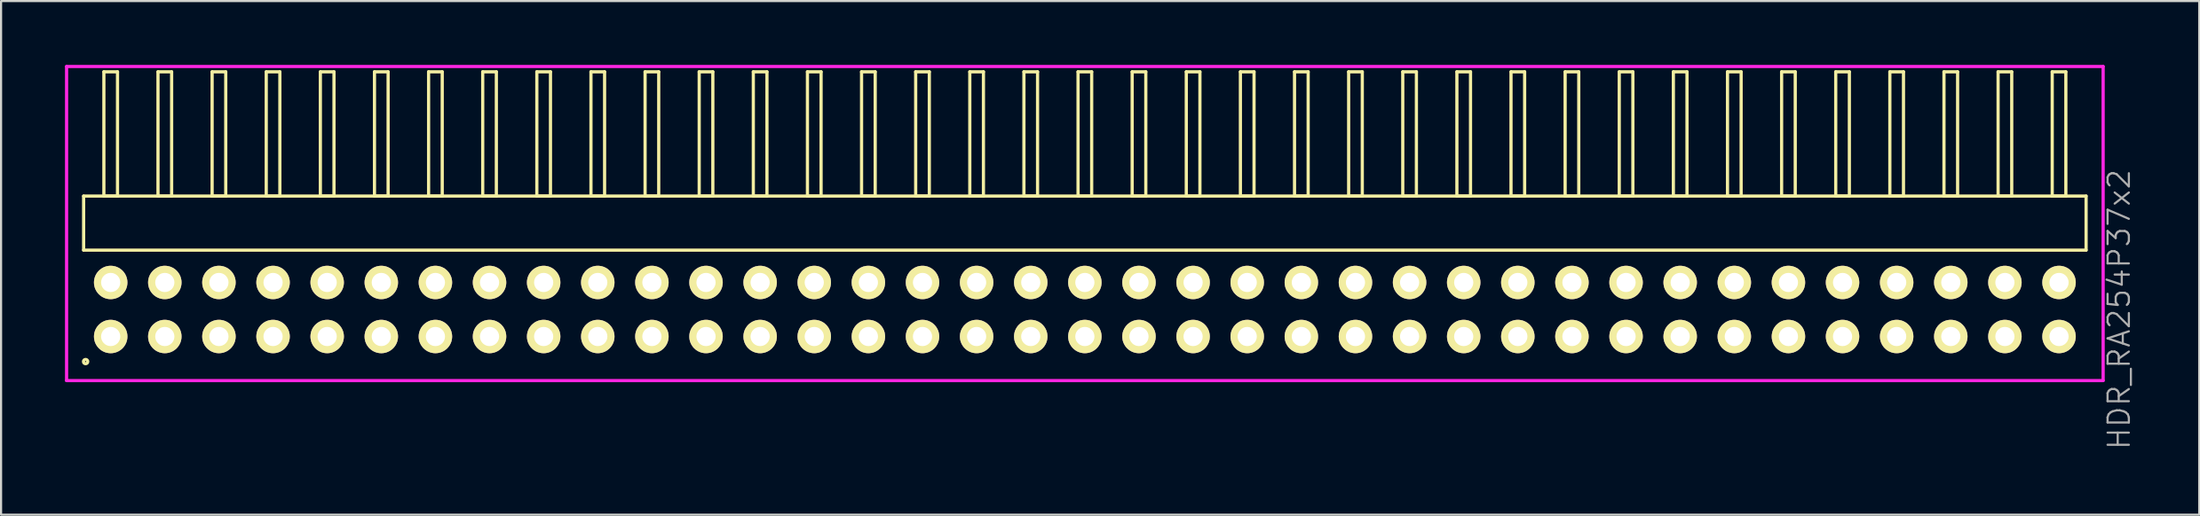
<source format=kicad_pcb>
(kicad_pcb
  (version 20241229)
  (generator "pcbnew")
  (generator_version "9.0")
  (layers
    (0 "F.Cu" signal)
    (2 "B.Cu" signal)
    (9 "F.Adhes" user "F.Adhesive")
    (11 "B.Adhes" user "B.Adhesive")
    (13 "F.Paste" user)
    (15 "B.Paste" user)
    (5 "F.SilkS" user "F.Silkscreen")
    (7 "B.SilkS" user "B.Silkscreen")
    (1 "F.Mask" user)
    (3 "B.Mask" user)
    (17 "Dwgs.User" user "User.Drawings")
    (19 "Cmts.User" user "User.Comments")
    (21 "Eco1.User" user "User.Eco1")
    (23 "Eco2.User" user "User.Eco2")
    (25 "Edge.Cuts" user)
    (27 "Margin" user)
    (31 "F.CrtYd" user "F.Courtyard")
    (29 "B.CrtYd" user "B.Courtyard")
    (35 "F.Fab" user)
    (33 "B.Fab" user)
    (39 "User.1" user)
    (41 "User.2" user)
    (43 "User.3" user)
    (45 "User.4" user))
  (footprint "HDR_RA254P37x2"
    (layer "F.Cu")
    (at 47.865 11.495)
    (property "Reference" "HDR_RA254P37x2" (at 48.54 0 90) (layer "F.Fab") (effects (font (size 1 1) (thickness 0.1))))
    (attr through_hole)
    (fp_line (start -46.99 -5.33) (end -46.99 -2.79) (stroke (width 0.15) (type solid)) (layer "F.SilkS"))
    (fp_line (start -46.99 -2.79) (end 46.99 -2.79) (stroke (width 0.15) (type solid)) (layer "F.SilkS"))
    (fp_line (start -46.04 -11.17) (end -46.04 -5.33) (stroke (width 0.15) (type solid)) (layer "F.SilkS"))
    (fp_line (start -46.04 -5.33) (end -45.4 -5.33) (stroke (width 0.15) (type solid)) (layer "F.SilkS"))
    (fp_line (start -45.4 -11.17) (end -46.04 -11.17) (stroke (width 0.15) (type solid)) (layer "F.SilkS"))
    (fp_line (start -45.4 -5.33) (end -45.4 -11.17) (stroke (width 0.15) (type solid)) (layer "F.SilkS"))
    (fp_line (start -43.5 -11.17) (end -43.5 -5.33) (stroke (width 0.15) (type solid)) (layer "F.SilkS"))
    (fp_line (start -43.5 -5.33) (end -42.86 -5.33) (stroke (width 0.15) (type solid)) (layer "F.SilkS"))
    (fp_line (start -42.86 -11.17) (end -43.5 -11.17) (stroke (width 0.15) (type solid)) (layer "F.SilkS"))
    (fp_line (start -42.86 -5.33) (end -42.86 -11.17) (stroke (width 0.15) (type solid)) (layer "F.SilkS"))
    (fp_line (start -40.96 -11.17) (end -40.96 -5.33) (stroke (width 0.15) (type solid)) (layer "F.SilkS"))
    (fp_line (start -40.96 -5.33) (end -40.32 -5.33) (stroke (width 0.15) (type solid)) (layer "F.SilkS"))
    (fp_line (start -40.32 -11.17) (end -40.96 -11.17) (stroke (width 0.15) (type solid)) (layer "F.SilkS"))
    (fp_line (start -40.32 -5.33) (end -40.32 -11.17) (stroke (width 0.15) (type solid)) (layer "F.SilkS"))
    (fp_line (start -38.42 -11.17) (end -38.42 -5.33) (stroke (width 0.15) (type solid)) (layer "F.SilkS"))
    (fp_line (start -38.42 -5.33) (end -37.78 -5.33) (stroke (width 0.15) (type solid)) (layer "F.SilkS"))
    (fp_line (start -37.78 -11.17) (end -38.42 -11.17) (stroke (width 0.15) (type solid)) (layer "F.SilkS"))
    (fp_line (start -37.78 -5.33) (end -37.78 -11.17) (stroke (width 0.15) (type solid)) (layer "F.SilkS"))
    (fp_line (start -35.88 -11.17) (end -35.88 -5.33) (stroke (width 0.15) (type solid)) (layer "F.SilkS"))
    (fp_line (start -35.88 -5.33) (end -35.24 -5.33) (stroke (width 0.15) (type solid)) (layer "F.SilkS"))
    (fp_line (start -35.24 -11.17) (end -35.88 -11.17) (stroke (width 0.15) (type solid)) (layer "F.SilkS"))
    (fp_line (start -35.24 -5.33) (end -35.24 -11.17) (stroke (width 0.15) (type solid)) (layer "F.SilkS"))
    (fp_line (start -33.34 -11.17) (end -33.34 -5.33) (stroke (width 0.15) (type solid)) (layer "F.SilkS"))
    (fp_line (start -33.34 -5.33) (end -32.7 -5.33) (stroke (width 0.15) (type solid)) (layer "F.SilkS"))
    (fp_line (start -32.7 -11.17) (end -33.34 -11.17) (stroke (width 0.15) (type solid)) (layer "F.SilkS"))
    (fp_line (start -32.7 -5.33) (end -32.7 -11.17) (stroke (width 0.15) (type solid)) (layer "F.SilkS"))
    (fp_line (start -30.8 -11.17) (end -30.8 -5.33) (stroke (width 0.15) (type solid)) (layer "F.SilkS"))
    (fp_line (start -30.8 -5.33) (end -30.16 -5.33) (stroke (width 0.15) (type solid)) (layer "F.SilkS"))
    (fp_line (start -30.16 -11.17) (end -30.8 -11.17) (stroke (width 0.15) (type solid)) (layer "F.SilkS"))
    (fp_line (start -30.16 -5.33) (end -30.16 -11.17) (stroke (width 0.15) (type solid)) (layer "F.SilkS"))
    (fp_line (start -28.26 -11.17) (end -28.26 -5.33) (stroke (width 0.15) (type solid)) (layer "F.SilkS"))
    (fp_line (start -28.26 -5.33) (end -27.62 -5.33) (stroke (width 0.15) (type solid)) (layer "F.SilkS"))
    (fp_line (start -27.62 -11.17) (end -28.26 -11.17) (stroke (width 0.15) (type solid)) (layer "F.SilkS"))
    (fp_line (start -27.62 -5.33) (end -27.62 -11.17) (stroke (width 0.15) (type solid)) (layer "F.SilkS"))
    (fp_line (start -25.72 -11.17) (end -25.72 -5.33) (stroke (width 0.15) (type solid)) (layer "F.SilkS"))
    (fp_line (start -25.72 -5.33) (end -25.08 -5.33) (stroke (width 0.15) (type solid)) (layer "F.SilkS"))
    (fp_line (start -25.08 -11.17) (end -25.72 -11.17) (stroke (width 0.15) (type solid)) (layer "F.SilkS"))
    (fp_line (start -25.08 -5.33) (end -25.08 -11.17) (stroke (width 0.15) (type solid)) (layer "F.SilkS"))
    (fp_line (start -23.18 -11.17) (end -23.18 -5.33) (stroke (width 0.15) (type solid)) (layer "F.SilkS"))
    (fp_line (start -23.18 -5.33) (end -22.54 -5.33) (stroke (width 0.15) (type solid)) (layer "F.SilkS"))
    (fp_line (start -22.54 -11.17) (end -23.18 -11.17) (stroke (width 0.15) (type solid)) (layer "F.SilkS"))
    (fp_line (start -22.54 -5.33) (end -22.54 -11.17) (stroke (width 0.15) (type solid)) (layer "F.SilkS"))
    (fp_line (start -20.64 -11.17) (end -20.64 -5.33) (stroke (width 0.15) (type solid)) (layer "F.SilkS"))
    (fp_line (start -20.64 -5.33) (end -20 -5.33) (stroke (width 0.15) (type solid)) (layer "F.SilkS"))
    (fp_line (start -20 -11.17) (end -20.64 -11.17) (stroke (width 0.15) (type solid)) (layer "F.SilkS"))
    (fp_line (start -20 -5.33) (end -20 -11.17) (stroke (width 0.15) (type solid)) (layer "F.SilkS"))
    (fp_line (start -18.1 -11.17) (end -18.1 -5.33) (stroke (width 0.15) (type solid)) (layer "F.SilkS"))
    (fp_line (start -18.1 -5.33) (end -17.46 -5.33) (stroke (width 0.15) (type solid)) (layer "F.SilkS"))
    (fp_line (start -17.46 -11.17) (end -18.1 -11.17) (stroke (width 0.15) (type solid)) (layer "F.SilkS"))
    (fp_line (start -17.46 -5.33) (end -17.46 -11.17) (stroke (width 0.15) (type solid)) (layer "F.SilkS"))
    (fp_line (start -15.56 -11.17) (end -15.56 -5.33) (stroke (width 0.15) (type solid)) (layer "F.SilkS"))
    (fp_line (start -15.56 -5.33) (end -14.92 -5.33) (stroke (width 0.15) (type solid)) (layer "F.SilkS"))
    (fp_line (start -14.92 -11.17) (end -15.56 -11.17) (stroke (width 0.15) (type solid)) (layer "F.SilkS"))
    (fp_line (start -14.92 -5.33) (end -14.92 -11.17) (stroke (width 0.15) (type solid)) (layer "F.SilkS"))
    (fp_line (start -13.02 -11.17) (end -13.02 -5.33) (stroke (width 0.15) (type solid)) (layer "F.SilkS"))
    (fp_line (start -13.02 -5.33) (end -12.38 -5.33) (stroke (width 0.15) (type solid)) (layer "F.SilkS"))
    (fp_line (start -12.38 -11.17) (end -13.02 -11.17) (stroke (width 0.15) (type solid)) (layer "F.SilkS"))
    (fp_line (start -12.38 -5.33) (end -12.38 -11.17) (stroke (width 0.15) (type solid)) (layer "F.SilkS"))
    (fp_line (start -10.48 -11.17) (end -10.48 -5.33) (stroke (width 0.15) (type solid)) (layer "F.SilkS"))
    (fp_line (start -10.48 -5.33) (end -9.84 -5.33) (stroke (width 0.15) (type solid)) (layer "F.SilkS"))
    (fp_line (start -9.84 -11.17) (end -10.48 -11.17) (stroke (width 0.15) (type solid)) (layer "F.SilkS"))
    (fp_line (start -9.84 -5.33) (end -9.84 -11.17) (stroke (width 0.15) (type solid)) (layer "F.SilkS"))
    (fp_line (start -7.94 -11.17) (end -7.94 -5.33) (stroke (width 0.15) (type solid)) (layer "F.SilkS"))
    (fp_line (start -7.94 -5.33) (end -7.3 -5.33) (stroke (width 0.15) (type solid)) (layer "F.SilkS"))
    (fp_line (start -7.3 -11.17) (end -7.94 -11.17) (stroke (width 0.15) (type solid)) (layer "F.SilkS"))
    (fp_line (start -7.3 -5.33) (end -7.3 -11.17) (stroke (width 0.15) (type solid)) (layer "F.SilkS"))
    (fp_line (start -5.4 -11.17) (end -5.4 -5.33) (stroke (width 0.15) (type solid)) (layer "F.SilkS"))
    (fp_line (start -5.4 -5.33) (end -4.76 -5.33) (stroke (width 0.15) (type solid)) (layer "F.SilkS"))
    (fp_line (start -4.76 -11.17) (end -5.4 -11.17) (stroke (width 0.15) (type solid)) (layer "F.SilkS"))
    (fp_line (start -4.76 -5.33) (end -4.76 -11.17) (stroke (width 0.15) (type solid)) (layer "F.SilkS"))
    (fp_line (start -2.86 -11.17) (end -2.86 -5.33) (stroke (width 0.15) (type solid)) (layer "F.SilkS"))
    (fp_line (start -2.86 -5.33) (end -2.22 -5.33) (stroke (width 0.15) (type solid)) (layer "F.SilkS"))
    (fp_line (start -2.22 -11.17) (end -2.86 -11.17) (stroke (width 0.15) (type solid)) (layer "F.SilkS"))
    (fp_line (start -2.22 -5.33) (end -2.22 -11.17) (stroke (width 0.15) (type solid)) (layer "F.SilkS"))
    (fp_line (start -0.32 -11.17) (end -0.32 -5.33) (stroke (width 0.15) (type solid)) (layer "F.SilkS"))
    (fp_line (start -0.32 -5.33) (end 0.32 -5.33) (stroke (width 0.15) (type solid)) (layer "F.SilkS"))
    (fp_line (start 0.32 -11.17) (end -0.32 -11.17) (stroke (width 0.15) (type solid)) (layer "F.SilkS"))
    (fp_line (start 0.32 -5.33) (end 0.32 -11.17) (stroke (width 0.15) (type solid)) (layer "F.SilkS"))
    (fp_line (start 2.22 -11.17) (end 2.22 -5.33) (stroke (width 0.15) (type solid)) (layer "F.SilkS"))
    (fp_line (start 2.22 -5.33) (end 2.86 -5.33) (stroke (width 0.15) (type solid)) (layer "F.SilkS"))
    (fp_line (start 2.86 -11.17) (end 2.22 -11.17) (stroke (width 0.15) (type solid)) (layer "F.SilkS"))
    (fp_line (start 2.86 -5.33) (end 2.86 -11.17) (stroke (width 0.15) (type solid)) (layer "F.SilkS"))
    (fp_line (start 4.76 -11.17) (end 4.76 -5.33) (stroke (width 0.15) (type solid)) (layer "F.SilkS"))
    (fp_line (start 4.76 -5.33) (end 5.4 -5.33) (stroke (width 0.15) (type solid)) (layer "F.SilkS"))
    (fp_line (start 5.4 -11.17) (end 4.76 -11.17) (stroke (width 0.15) (type solid)) (layer "F.SilkS"))
    (fp_line (start 5.4 -5.33) (end 5.4 -11.17) (stroke (width 0.15) (type solid)) (layer "F.SilkS"))
    (fp_line (start 7.3 -11.17) (end 7.3 -5.33) (stroke (width 0.15) (type solid)) (layer "F.SilkS"))
    (fp_line (start 7.3 -5.33) (end 7.94 -5.33) (stroke (width 0.15) (type solid)) (layer "F.SilkS"))
    (fp_line (start 7.94 -11.17) (end 7.3 -11.17) (stroke (width 0.15) (type solid)) (layer "F.SilkS"))
    (fp_line (start 7.94 -5.33) (end 7.94 -11.17) (stroke (width 0.15) (type solid)) (layer "F.SilkS"))
    (fp_line (start 9.84 -11.17) (end 9.84 -5.33) (stroke (width 0.15) (type solid)) (layer "F.SilkS"))
    (fp_line (start 9.84 -5.33) (end 10.48 -5.33) (stroke (width 0.15) (type solid)) (layer "F.SilkS"))
    (fp_line (start 10.48 -11.17) (end 9.84 -11.17) (stroke (width 0.15) (type solid)) (layer "F.SilkS"))
    (fp_line (start 10.48 -5.33) (end 10.48 -11.17) (stroke (width 0.15) (type solid)) (layer "F.SilkS"))
    (fp_line (start 12.38 -11.17) (end 12.38 -5.33) (stroke (width 0.15) (type solid)) (layer "F.SilkS"))
    (fp_line (start 12.38 -5.33) (end 13.02 -5.33) (stroke (width 0.15) (type solid)) (layer "F.SilkS"))
    (fp_line (start 13.02 -11.17) (end 12.38 -11.17) (stroke (width 0.15) (type solid)) (layer "F.SilkS"))
    (fp_line (start 13.02 -5.33) (end 13.02 -11.17) (stroke (width 0.15) (type solid)) (layer "F.SilkS"))
    (fp_line (start 14.92 -11.17) (end 14.92 -5.33) (stroke (width 0.15) (type solid)) (layer "F.SilkS"))
    (fp_line (start 14.92 -5.33) (end 15.56 -5.33) (stroke (width 0.15) (type solid)) (layer "F.SilkS"))
    (fp_line (start 15.56 -11.17) (end 14.92 -11.17) (stroke (width 0.15) (type solid)) (layer "F.SilkS"))
    (fp_line (start 15.56 -5.33) (end 15.56 -11.17) (stroke (width 0.15) (type solid)) (layer "F.SilkS"))
    (fp_line (start 17.46 -11.17) (end 17.46 -5.33) (stroke (width 0.15) (type solid)) (layer "F.SilkS"))
    (fp_line (start 17.46 -5.33) (end 18.1 -5.33) (stroke (width 0.15) (type solid)) (layer "F.SilkS"))
    (fp_line (start 18.1 -11.17) (end 17.46 -11.17) (stroke (width 0.15) (type solid)) (layer "F.SilkS"))
    (fp_line (start 18.1 -5.33) (end 18.1 -11.17) (stroke (width 0.15) (type solid)) (layer "F.SilkS"))
    (fp_line (start 20 -11.17) (end 20 -5.33) (stroke (width 0.15) (type solid)) (layer "F.SilkS"))
    (fp_line (start 20 -5.33) (end 20.64 -5.33) (stroke (width 0.15) (type solid)) (layer "F.SilkS"))
    (fp_line (start 20.64 -11.17) (end 20 -11.17) (stroke (width 0.15) (type solid)) (layer "F.SilkS"))
    (fp_line (start 20.64 -5.33) (end 20.64 -11.17) (stroke (width 0.15) (type solid)) (layer "F.SilkS"))
    (fp_line (start 22.54 -11.17) (end 22.54 -5.33) (stroke (width 0.15) (type solid)) (layer "F.SilkS"))
    (fp_line (start 22.54 -5.33) (end 23.18 -5.33) (stroke (width 0.15) (type solid)) (layer "F.SilkS"))
    (fp_line (start 23.18 -11.17) (end 22.54 -11.17) (stroke (width 0.15) (type solid)) (layer "F.SilkS"))
    (fp_line (start 23.18 -5.33) (end 23.18 -11.17) (stroke (width 0.15) (type solid)) (layer "F.SilkS"))
    (fp_line (start 25.08 -11.17) (end 25.08 -5.33) (stroke (width 0.15) (type solid)) (layer "F.SilkS"))
    (fp_line (start 25.08 -5.33) (end 25.72 -5.33) (stroke (width 0.15) (type solid)) (layer "F.SilkS"))
    (fp_line (start 25.72 -11.17) (end 25.08 -11.17) (stroke (width 0.15) (type solid)) (layer "F.SilkS"))
    (fp_line (start 25.72 -5.33) (end 25.72 -11.17) (stroke (width 0.15) (type solid)) (layer "F.SilkS"))
    (fp_line (start 27.62 -11.17) (end 27.62 -5.33) (stroke (width 0.15) (type solid)) (layer "F.SilkS"))
    (fp_line (start 27.62 -5.33) (end 28.26 -5.33) (stroke (width 0.15) (type solid)) (layer "F.SilkS"))
    (fp_line (start 28.26 -11.17) (end 27.62 -11.17) (stroke (width 0.15) (type solid)) (layer "F.SilkS"))
    (fp_line (start 28.26 -5.33) (end 28.26 -11.17) (stroke (width 0.15) (type solid)) (layer "F.SilkS"))
    (fp_line (start 30.16 -11.17) (end 30.16 -5.33) (stroke (width 0.15) (type solid)) (layer "F.SilkS"))
    (fp_line (start 30.16 -5.33) (end 30.8 -5.33) (stroke (width 0.15) (type solid)) (layer "F.SilkS"))
    (fp_line (start 30.8 -11.17) (end 30.16 -11.17) (stroke (width 0.15) (type solid)) (layer "F.SilkS"))
    (fp_line (start 30.8 -5.33) (end 30.8 -11.17) (stroke (width 0.15) (type solid)) (layer "F.SilkS"))
    (fp_line (start 32.7 -11.17) (end 32.7 -5.33) (stroke (width 0.15) (type solid)) (layer "F.SilkS"))
    (fp_line (start 32.7 -5.33) (end 33.34 -5.33) (stroke (width 0.15) (type solid)) (layer "F.SilkS"))
    (fp_line (start 33.34 -11.17) (end 32.7 -11.17) (stroke (width 0.15) (type solid)) (layer "F.SilkS"))
    (fp_line (start 33.34 -5.33) (end 33.34 -11.17) (stroke (width 0.15) (type solid)) (layer "F.SilkS"))
    (fp_line (start 35.24 -11.17) (end 35.24 -5.33) (stroke (width 0.15) (type solid)) (layer "F.SilkS"))
    (fp_line (start 35.24 -5.33) (end 35.88 -5.33) (stroke (width 0.15) (type solid)) (layer "F.SilkS"))
    (fp_line (start 35.88 -11.17) (end 35.24 -11.17) (stroke (width 0.15) (type solid)) (layer "F.SilkS"))
    (fp_line (start 35.88 -5.33) (end 35.88 -11.17) (stroke (width 0.15) (type solid)) (layer "F.SilkS"))
    (fp_line (start 37.78 -11.17) (end 37.78 -5.33) (stroke (width 0.15) (type solid)) (layer "F.SilkS"))
    (fp_line (start 37.78 -5.33) (end 38.42 -5.33) (stroke (width 0.15) (type solid)) (layer "F.SilkS"))
    (fp_line (start 38.42 -11.17) (end 37.78 -11.17) (stroke (width 0.15) (type solid)) (layer "F.SilkS"))
    (fp_line (start 38.42 -5.33) (end 38.42 -11.17) (stroke (width 0.15) (type solid)) (layer "F.SilkS"))
    (fp_line (start 40.32 -11.17) (end 40.32 -5.33) (stroke (width 0.15) (type solid)) (layer "F.SilkS"))
    (fp_line (start 40.32 -5.33) (end 40.96 -5.33) (stroke (width 0.15) (type solid)) (layer "F.SilkS"))
    (fp_line (start 40.96 -11.17) (end 40.32 -11.17) (stroke (width 0.15) (type solid)) (layer "F.SilkS"))
    (fp_line (start 40.96 -5.33) (end 40.96 -11.17) (stroke (width 0.15) (type solid)) (layer "F.SilkS"))
    (fp_line (start 42.86 -11.17) (end 42.86 -5.33) (stroke (width 0.15) (type solid)) (layer "F.SilkS"))
    (fp_line (start 42.86 -5.33) (end 43.5 -5.33) (stroke (width 0.15) (type solid)) (layer "F.SilkS"))
    (fp_line (start 43.5 -11.17) (end 42.86 -11.17) (stroke (width 0.15) (type solid)) (layer "F.SilkS"))
    (fp_line (start 43.5 -5.33) (end 43.5 -11.17) (stroke (width 0.15) (type solid)) (layer "F.SilkS"))
    (fp_line (start 45.4 -11.17) (end 45.4 -5.33) (stroke (width 0.15) (type solid)) (layer "F.SilkS"))
    (fp_line (start 45.4 -5.33) (end 46.04 -5.33) (stroke (width 0.15) (type solid)) (layer "F.SilkS"))
    (fp_line (start 46.04 -11.17) (end 45.4 -11.17) (stroke (width 0.15) (type solid)) (layer "F.SilkS"))
    (fp_line (start 46.04 -5.33) (end 46.04 -11.17) (stroke (width 0.15) (type solid)) (layer "F.SilkS"))
    (fp_line (start 46.99 -5.33) (end -46.99 -5.33) (stroke (width 0.15) (type solid)) (layer "F.SilkS"))
    (fp_line (start 46.99 -2.79) (end 46.99 -5.33) (stroke (width 0.15) (type solid)) (layer "F.SilkS"))
    (fp_circle (center -46.897 2.448) (end -46.797 2.448) (stroke (width 0.15) (type solid)) (fill no) (layer "F.SilkS"))
    (fp_line (start -47.79 -11.42) (end -47.79 3.34) (stroke (width 0.15) (type solid)) (layer "F.CrtYd"))
    (fp_line (start -47.79 3.34) (end 47.79 3.34) (stroke (width 0.15) (type solid)) (layer "F.CrtYd"))
    (fp_line (start 47.79 -11.42) (end -47.79 -11.42) (stroke (width 0.15) (type solid)) (layer "F.CrtYd"))
    (fp_line (start 47.79 3.34) (end 47.79 -11.42) (stroke (width 0.15) (type solid)) (layer "F.CrtYd"))
    (pad "1" thru_hole oval (at -45.72 1.27) (size 1.57 1.57) (drill 0.9) (layers "*.Cu" "*.Mask" "F.SilkS"))
    (pad "2" thru_hole oval (at -45.72 -1.27) (size 1.57 1.57) (drill 0.9) (layers "*.Cu" "*.Mask" "F.SilkS"))
    (pad "3" thru_hole oval (at -43.18 1.27) (size 1.57 1.57) (drill 0.9) (layers "*.Cu" "*.Mask" "F.SilkS"))
    (pad "4" thru_hole oval (at -43.18 -1.27) (size 1.57 1.57) (drill 0.9) (layers "*.Cu" "*.Mask" "F.SilkS"))
    (pad "5" thru_hole oval (at -40.64 1.27) (size 1.57 1.57) (drill 0.9) (layers "*.Cu" "*.Mask" "F.SilkS"))
    (pad "6" thru_hole oval (at -40.64 -1.27) (size 1.57 1.57) (drill 0.9) (layers "*.Cu" "*.Mask" "F.SilkS"))
    (pad "7" thru_hole oval (at -38.1 1.27) (size 1.57 1.57) (drill 0.9) (layers "*.Cu" "*.Mask" "F.SilkS"))
    (pad "8" thru_hole oval (at -38.1 -1.27) (size 1.57 1.57) (drill 0.9) (layers "*.Cu" "*.Mask" "F.SilkS"))
    (pad "9" thru_hole oval (at -35.56 1.27) (size 1.57 1.57) (drill 0.9) (layers "*.Cu" "*.Mask" "F.SilkS"))
    (pad "10" thru_hole oval (at -35.56 -1.27) (size 1.57 1.57) (drill 0.9) (layers "*.Cu" "*.Mask" "F.SilkS"))
    (pad "11" thru_hole oval (at -33.02 1.27) (size 1.57 1.57) (drill 0.9) (layers "*.Cu" "*.Mask" "F.SilkS"))
    (pad "12" thru_hole oval (at -33.02 -1.27) (size 1.57 1.57) (drill 0.9) (layers "*.Cu" "*.Mask" "F.SilkS"))
    (pad "13" thru_hole oval (at -30.48 1.27) (size 1.57 1.57) (drill 0.9) (layers "*.Cu" "*.Mask" "F.SilkS"))
    (pad "14" thru_hole oval (at -30.48 -1.27) (size 1.57 1.57) (drill 0.9) (layers "*.Cu" "*.Mask" "F.SilkS"))
    (pad "15" thru_hole oval (at -27.94 1.27) (size 1.57 1.57) (drill 0.9) (layers "*.Cu" "*.Mask" "F.SilkS"))
    (pad "16" thru_hole oval (at -27.94 -1.27) (size 1.57 1.57) (drill 0.9) (layers "*.Cu" "*.Mask" "F.SilkS"))
    (pad "17" thru_hole oval (at -25.4 1.27) (size 1.57 1.57) (drill 0.9) (layers "*.Cu" "*.Mask" "F.SilkS"))
    (pad "18" thru_hole oval (at -25.4 -1.27) (size 1.57 1.57) (drill 0.9) (layers "*.Cu" "*.Mask" "F.SilkS"))
    (pad "19" thru_hole oval (at -22.86 1.27) (size 1.57 1.57) (drill 0.9) (layers "*.Cu" "*.Mask" "F.SilkS"))
    (pad "20" thru_hole oval (at -22.86 -1.27) (size 1.57 1.57) (drill 0.9) (layers "*.Cu" "*.Mask" "F.SilkS"))
    (pad "21" thru_hole oval (at -20.32 1.27) (size 1.57 1.57) (drill 0.9) (layers "*.Cu" "*.Mask" "F.SilkS"))
    (pad "22" thru_hole oval (at -20.32 -1.27) (size 1.57 1.57) (drill 0.9) (layers "*.Cu" "*.Mask" "F.SilkS"))
    (pad "23" thru_hole oval (at -17.78 1.27) (size 1.57 1.57) (drill 0.9) (layers "*.Cu" "*.Mask" "F.SilkS"))
    (pad "24" thru_hole oval (at -17.78 -1.27) (size 1.57 1.57) (drill 0.9) (layers "*.Cu" "*.Mask" "F.SilkS"))
    (pad "25" thru_hole oval (at -15.24 1.27) (size 1.57 1.57) (drill 0.9) (layers "*.Cu" "*.Mask" "F.SilkS"))
    (pad "26" thru_hole oval (at -15.24 -1.27) (size 1.57 1.57) (drill 0.9) (layers "*.Cu" "*.Mask" "F.SilkS"))
    (pad "27" thru_hole oval (at -12.7 1.27) (size 1.57 1.57) (drill 0.9) (layers "*.Cu" "*.Mask" "F.SilkS"))
    (pad "28" thru_hole oval (at -12.7 -1.27) (size 1.57 1.57) (drill 0.9) (layers "*.Cu" "*.Mask" "F.SilkS"))
    (pad "29" thru_hole oval (at -10.16 1.27) (size 1.57 1.57) (drill 0.9) (layers "*.Cu" "*.Mask" "F.SilkS"))
    (pad "30" thru_hole oval (at -10.16 -1.27) (size 1.57 1.57) (drill 0.9) (layers "*.Cu" "*.Mask" "F.SilkS"))
    (pad "31" thru_hole oval (at -7.62 1.27) (size 1.57 1.57) (drill 0.9) (layers "*.Cu" "*.Mask" "F.SilkS"))
    (pad "32" thru_hole oval (at -7.62 -1.27) (size 1.57 1.57) (drill 0.9) (layers "*.Cu" "*.Mask" "F.SilkS"))
    (pad "33" thru_hole oval (at -5.08 1.27) (size 1.57 1.57) (drill 0.9) (layers "*.Cu" "*.Mask" "F.SilkS"))
    (pad "34" thru_hole oval (at -5.08 -1.27) (size 1.57 1.57) (drill 0.9) (layers "*.Cu" "*.Mask" "F.SilkS"))
    (pad "35" thru_hole oval (at -2.54 1.27) (size 1.57 1.57) (drill 0.9) (layers "*.Cu" "*.Mask" "F.SilkS"))
    (pad "36" thru_hole oval (at -2.54 -1.27) (size 1.57 1.57) (drill 0.9) (layers "*.Cu" "*.Mask" "F.SilkS"))
    (pad "37" thru_hole oval (at 0 1.27) (size 1.57 1.57) (drill 0.9) (layers "*.Cu" "*.Mask" "F.SilkS"))
    (pad "38" thru_hole oval (at 0 -1.27) (size 1.57 1.57) (drill 0.9) (layers "*.Cu" "*.Mask" "F.SilkS"))
    (pad "39" thru_hole oval (at 2.54 1.27) (size 1.57 1.57) (drill 0.9) (layers "*.Cu" "*.Mask" "F.SilkS"))
    (pad "40" thru_hole oval (at 2.54 -1.27) (size 1.57 1.57) (drill 0.9) (layers "*.Cu" "*.Mask" "F.SilkS"))
    (pad "41" thru_hole oval (at 5.08 1.27) (size 1.57 1.57) (drill 0.9) (layers "*.Cu" "*.Mask" "F.SilkS"))
    (pad "42" thru_hole oval (at 5.08 -1.27) (size 1.57 1.57) (drill 0.9) (layers "*.Cu" "*.Mask" "F.SilkS"))
    (pad "43" thru_hole oval (at 7.62 1.27) (size 1.57 1.57) (drill 0.9) (layers "*.Cu" "*.Mask" "F.SilkS"))
    (pad "44" thru_hole oval (at 7.62 -1.27) (size 1.57 1.57) (drill 0.9) (layers "*.Cu" "*.Mask" "F.SilkS"))
    (pad "45" thru_hole oval (at 10.16 1.27) (size 1.57 1.57) (drill 0.9) (layers "*.Cu" "*.Mask" "F.SilkS"))
    (pad "46" thru_hole oval (at 10.16 -1.27) (size 1.57 1.57) (drill 0.9) (layers "*.Cu" "*.Mask" "F.SilkS"))
    (pad "47" thru_hole oval (at 12.7 1.27) (size 1.57 1.57) (drill 0.9) (layers "*.Cu" "*.Mask" "F.SilkS"))
    (pad "48" thru_hole oval (at 12.7 -1.27) (size 1.57 1.57) (drill 0.9) (layers "*.Cu" "*.Mask" "F.SilkS"))
    (pad "49" thru_hole oval (at 15.24 1.27) (size 1.57 1.57) (drill 0.9) (layers "*.Cu" "*.Mask" "F.SilkS"))
    (pad "50" thru_hole oval (at 15.24 -1.27) (size 1.57 1.57) (drill 0.9) (layers "*.Cu" "*.Mask" "F.SilkS"))
    (pad "51" thru_hole oval (at 17.78 1.27) (size 1.57 1.57) (drill 0.9) (layers "*.Cu" "*.Mask" "F.SilkS"))
    (pad "52" thru_hole oval (at 17.78 -1.27) (size 1.57 1.57) (drill 0.9) (layers "*.Cu" "*.Mask" "F.SilkS"))
    (pad "53" thru_hole oval (at 20.32 1.27) (size 1.57 1.57) (drill 0.9) (layers "*.Cu" "*.Mask" "F.SilkS"))
    (pad "54" thru_hole oval (at 20.32 -1.27) (size 1.57 1.57) (drill 0.9) (layers "*.Cu" "*.Mask" "F.SilkS"))
    (pad "55" thru_hole oval (at 22.86 1.27) (size 1.57 1.57) (drill 0.9) (layers "*.Cu" "*.Mask" "F.SilkS"))
    (pad "56" thru_hole oval (at 22.86 -1.27) (size 1.57 1.57) (drill 0.9) (layers "*.Cu" "*.Mask" "F.SilkS"))
    (pad "57" thru_hole oval (at 25.4 1.27) (size 1.57 1.57) (drill 0.9) (layers "*.Cu" "*.Mask" "F.SilkS"))
    (pad "58" thru_hole oval (at 25.4 -1.27) (size 1.57 1.57) (drill 0.9) (layers "*.Cu" "*.Mask" "F.SilkS"))
    (pad "59" thru_hole oval (at 27.94 1.27) (size 1.57 1.57) (drill 0.9) (layers "*.Cu" "*.Mask" "F.SilkS"))
    (pad "60" thru_hole oval (at 27.94 -1.27) (size 1.57 1.57) (drill 0.9) (layers "*.Cu" "*.Mask" "F.SilkS"))
    (pad "61" thru_hole oval (at 30.48 1.27) (size 1.57 1.57) (drill 0.9) (layers "*.Cu" "*.Mask" "F.SilkS"))
    (pad "62" thru_hole oval (at 30.48 -1.27) (size 1.57 1.57) (drill 0.9) (layers "*.Cu" "*.Mask" "F.SilkS"))
    (pad "63" thru_hole oval (at 33.02 1.27) (size 1.57 1.57) (drill 0.9) (layers "*.Cu" "*.Mask" "F.SilkS"))
    (pad "64" thru_hole oval (at 33.02 -1.27) (size 1.57 1.57) (drill 0.9) (layers "*.Cu" "*.Mask" "F.SilkS"))
    (pad "65" thru_hole oval (at 35.56 1.27) (size 1.57 1.57) (drill 0.9) (layers "*.Cu" "*.Mask" "F.SilkS"))
    (pad "66" thru_hole oval (at 35.56 -1.27) (size 1.57 1.57) (drill 0.9) (layers "*.Cu" "*.Mask" "F.SilkS"))
    (pad "67" thru_hole oval (at 38.1 1.27) (size 1.57 1.57) (drill 0.9) (layers "*.Cu" "*.Mask" "F.SilkS"))
    (pad "68" thru_hole oval (at 38.1 -1.27) (size 1.57 1.57) (drill 0.9) (layers "*.Cu" "*.Mask" "F.SilkS"))
    (pad "69" thru_hole oval (at 40.64 1.27) (size 1.57 1.57) (drill 0.9) (layers "*.Cu" "*.Mask" "F.SilkS"))
    (pad "70" thru_hole oval (at 40.64 -1.27) (size 1.57 1.57) (drill 0.9) (layers "*.Cu" "*.Mask" "F.SilkS"))
    (pad "71" thru_hole oval (at 43.18 1.27) (size 1.57 1.57) (drill 0.9) (layers "*.Cu" "*.Mask" "F.SilkS"))
    (pad "72" thru_hole oval (at 43.18 -1.27) (size 1.57 1.57) (drill 0.9) (layers "*.Cu" "*.Mask" "F.SilkS"))
    (pad "73" thru_hole oval (at 45.72 1.27) (size 1.57 1.57) (drill 0.9) (layers "*.Cu" "*.Mask" "F.SilkS"))
    (pad "74" thru_hole oval (at 45.72 -1.27) (size 1.57 1.57) (drill 0.9) (layers "*.Cu" "*.Mask" "F.SilkS")))
  (gr_rect
    (start -3 -3)
    (end 100.165 21.14)
    (stroke (width 0.1) (type default))
    (fill no)
    (layer "Edge.Cuts")))
</source>
